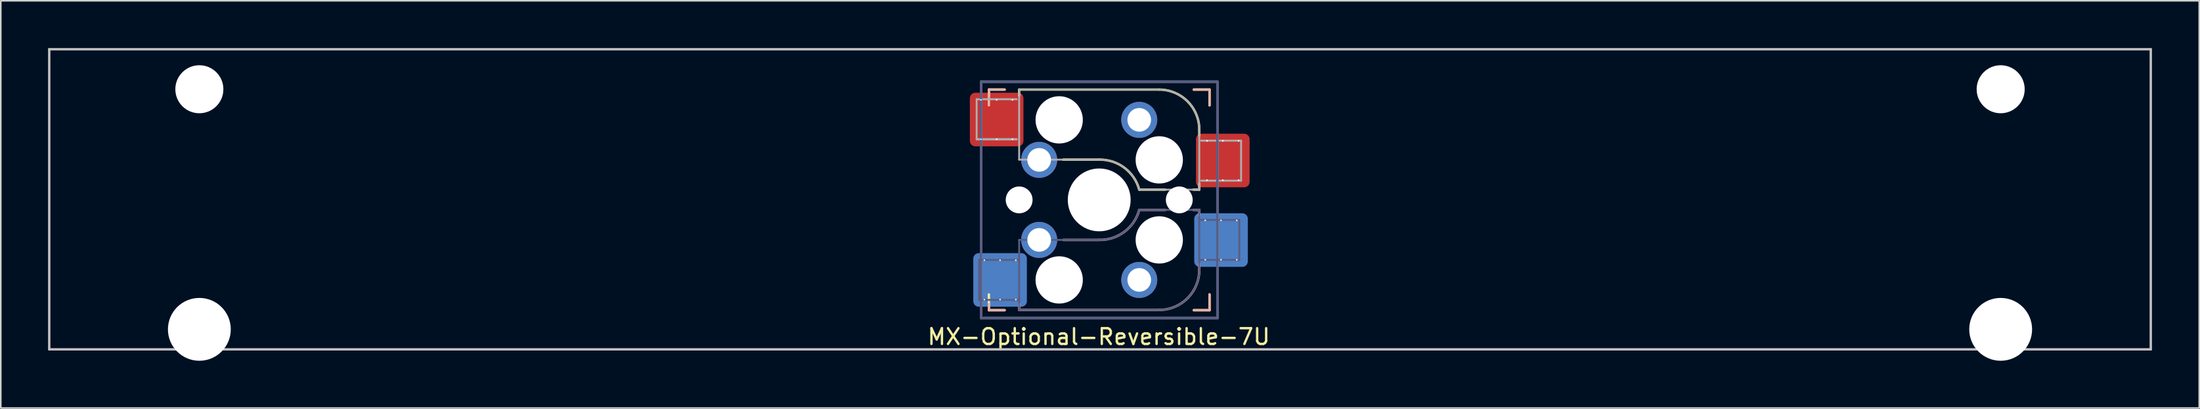
<source format=kicad_pcb>
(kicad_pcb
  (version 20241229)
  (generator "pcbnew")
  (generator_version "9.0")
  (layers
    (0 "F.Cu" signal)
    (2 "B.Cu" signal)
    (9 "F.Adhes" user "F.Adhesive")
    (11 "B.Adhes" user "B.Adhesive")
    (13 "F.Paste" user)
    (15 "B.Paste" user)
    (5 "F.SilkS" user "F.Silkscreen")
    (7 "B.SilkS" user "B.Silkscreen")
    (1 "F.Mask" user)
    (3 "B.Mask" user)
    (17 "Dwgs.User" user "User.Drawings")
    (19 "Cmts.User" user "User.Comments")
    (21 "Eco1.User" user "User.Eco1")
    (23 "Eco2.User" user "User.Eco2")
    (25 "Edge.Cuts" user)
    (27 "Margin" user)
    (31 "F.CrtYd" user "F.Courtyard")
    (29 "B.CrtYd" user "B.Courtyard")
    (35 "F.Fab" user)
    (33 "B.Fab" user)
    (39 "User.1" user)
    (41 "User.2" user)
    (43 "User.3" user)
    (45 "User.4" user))
  (footprint "MX-Optional-Reversible-7U"
    (layer "F.Cu")
    (at 66.75 9.6)
    (property "Reference" "MX-Optional-Reversible-7U" (at -0.077 8.726 180) (layer "F.SilkS") (effects (font (size 1 1) (thickness 0.15))))
    (attr smd)
    (fp_rect (start -8.258 -6.062) (end -4.858 -4.062) (stroke (width 0.1) (type solid)) (fill yes) (layer "F.Mask"))
    (fp_rect (start 6.092 -3.462) (end 9.492 -1.462) (stroke (width 0.1) (type solid)) (fill yes) (layer "F.Mask"))
    (fp_rect (start -8.041 4.118) (end -4.641 6.118) (stroke (width 0.1) (type solid)) (fill yes) (layer "B.Mask"))
    (fp_rect (start 5.979 1.588) (end 9.379 3.588) (stroke (width 0.1) (type solid)) (fill yes) (layer "B.Mask"))
    (fp_line (start -7.051 -6.962) (end -6.051 -6.962) (stroke (width 0.15) (type solid)) (layer "F.SilkS"))
    (fp_line (start -7.051 -6.566) (end -7.051 -6.962) (stroke (width 0.15) (type solid)) (layer "F.SilkS"))
    (fp_line (start -7.051 7.038) (end -7.051 6.038) (stroke (width 0.15) (type solid)) (layer "F.SilkS"))
    (fp_line (start -6.051 7.038) (end -7.051 7.038) (stroke (width 0.15) (type solid)) (layer "F.SilkS"))
    (fp_line (start -5.131 -6.581) (end -5.131 -6.962) (stroke (width 0.15) (type solid)) (layer "F.SilkS"))
    (fp_line (start -2.337 -2.517) (end -0.051 -2.517) (stroke (width 0.15) (type solid)) (layer "F.SilkS"))
    (fp_line (start 2.489 -0.612) (end 4.14 -0.612) (stroke (width 0.15) (type solid)) (layer "F.SilkS"))
    (fp_line (start 3.759 -6.962) (end -5.131 -6.962) (stroke (width 0.15) (type solid)) (layer "F.SilkS"))
    (fp_line (start 5.918 -0.612) (end 6.299 -0.612) (stroke (width 0.15) (type solid)) (layer "F.SilkS"))
    (fp_line (start 5.949 -6.962) (end 6.949 -6.962) (stroke (width 0.15) (type solid)) (layer "F.SilkS"))
    (fp_line (start 6.299 -4.041) (end 6.299 -4.422) (stroke (width 0.15) (type solid)) (layer "F.SilkS"))
    (fp_line (start 6.299 -0.612) (end 6.299 -0.993) (stroke (width 0.15) (type solid)) (layer "F.SilkS"))
    (fp_line (start 6.949 -6.962) (end 6.949 -5.962) (stroke (width 0.15) (type solid)) (layer "F.SilkS"))
    (fp_line (start 6.949 6.038) (end 6.949 7.038) (stroke (width 0.15) (type solid)) (layer "F.SilkS"))
    (fp_line (start 6.949 7.038) (end 5.949 7.038) (stroke (width 0.15) (type solid)) (layer "F.SilkS"))
    (fp_arc (start -0.05085 -2.51696) (mid 1.54712 -2.001754) (end 2.48915 -0.61196) (stroke (width 0.15) (type solid)) (layer "F.SilkS"))
    (fp_arc (start 3.75915 -6.96196) (mid 5.555201 -6.218011) (end 6.29915 -4.42196) (stroke (width 0.15) (type solid)) (layer "F.SilkS"))
    (fp_line (start -7.051 -6.962) (end -6.051 -6.962) (stroke (width 0.15) (type solid)) (layer "B.SilkS"))
    (fp_line (start -7.051 -5.962) (end -7.051 -6.962) (stroke (width 0.15) (type solid)) (layer "B.SilkS"))
    (fp_line (start -7.051 7.038) (end -7.051 6.642) (stroke (width 0.15) (type solid)) (layer "B.SilkS"))
    (fp_line (start -6.051 7.038) (end -7.051 7.038) (stroke (width 0.15) (type solid)) (layer "B.SilkS"))
    (fp_line (start -5.131 7.023) (end -5.131 6.642) (stroke (width 0.15) (type solid)) (layer "B.SilkS"))
    (fp_line (start -5.131 7.023) (end 3.759 7.023) (stroke (width 0.15) (type solid)) (layer "B.SilkS"))
    (fp_line (start -0.051 2.578) (end -2.337 2.578) (stroke (width 0.15) (type solid)) (layer "B.SilkS"))
    (fp_line (start 4.14 0.673) (end 2.489 0.673) (stroke (width 0.15) (type solid)) (layer "B.SilkS"))
    (fp_line (start 5.949 -6.962) (end 6.949 -6.962) (stroke (width 0.15) (type solid)) (layer "B.SilkS"))
    (fp_line (start 6.299 0.673) (end 5.918 0.673) (stroke (width 0.15) (type solid)) (layer "B.SilkS"))
    (fp_line (start 6.299 1.054) (end 6.299 0.673) (stroke (width 0.15) (type solid)) (layer "B.SilkS"))
    (fp_line (start 6.299 4.483) (end 6.299 4.102) (stroke (width 0.15) (type solid)) (layer "B.SilkS"))
    (fp_line (start 6.949 -6.962) (end 6.949 -5.962) (stroke (width 0.15) (type solid)) (layer "B.SilkS"))
    (fp_line (start 6.949 6.038) (end 6.949 7.038) (stroke (width 0.15) (type solid)) (layer "B.SilkS"))
    (fp_line (start 6.949 7.038) (end 5.949 7.038) (stroke (width 0.15) (type solid)) (layer "B.SilkS"))
    (fp_arc (start 2.48915 0.67304) (mid 1.547119 2.062831) (end -0.05085 2.57804) (stroke (width 0.15) (type solid)) (layer "B.SilkS"))
    (fp_arc (start 6.29915 4.48304) (mid 5.555201 6.279091) (end 3.75915 7.02304) (stroke (width 0.15) (type solid)) (layer "B.SilkS"))
    (fp_line (start -66.675 9.525) (end -66.675 -9.525) (stroke (width 0.15) (type solid)) (layer "Dwgs.User"))
    (fp_line (start 66.675 -9.525) (end -66.675 -9.525) (stroke (width 0.15) (type solid)) (layer "Dwgs.User"))
    (fp_line (start 66.675 9.525) (end -66.675 9.525) (stroke (width 0.15) (type solid)) (layer "Dwgs.User"))
    (fp_line (start 66.675 9.525) (end 66.675 -9.525) (stroke (width 0.15) (type solid)) (layer "Dwgs.User"))
    (fp_line (start -6.951 6.938) (end -6.951 -6.862) (stroke (width 0.15) (type solid)) (layer "Eco2.User"))
    (fp_line (start -6.951 6.938) (end 6.849 6.938) (stroke (width 0.15) (type solid)) (layer "Eco2.User"))
    (fp_line (start 6.849 -6.862) (end -6.951 -6.862) (stroke (width 0.15) (type solid)) (layer "Eco2.User"))
    (fp_line (start 6.849 -6.862) (end 6.849 6.938) (stroke (width 0.15) (type solid)) (layer "Eco2.User"))
    (fp_line (start -7.671 3.848) (end -7.671 6.388) (stroke (width 0.12) (type solid)) (layer "B.Fab"))
    (fp_line (start -7.671 6.388) (end -5.131 6.388) (stroke (width 0.12) (type solid)) (layer "B.Fab"))
    (fp_line (start -7.551 -7.462) (end 7.449 -7.462) (stroke (width 0.15) (type solid)) (layer "B.Fab"))
    (fp_line (start -7.551 7.538) (end -7.551 -7.462) (stroke (width 0.15) (type solid)) (layer "B.Fab"))
    (fp_line (start -5.131 2.578) (end -5.131 7.023) (stroke (width 0.12) (type solid)) (layer "B.Fab"))
    (fp_line (start -5.131 3.848) (end -7.671 3.848) (stroke (width 0.12) (type solid)) (layer "B.Fab"))
    (fp_line (start -5.131 7.023) (end 3.759 7.023) (stroke (width 0.12) (type solid)) (layer "B.Fab"))
    (fp_line (start -0.051 2.578) (end -5.131 2.578) (stroke (width 0.12) (type solid)) (layer "B.Fab"))
    (fp_line (start 6.299 0.673) (end 2.489 0.673) (stroke (width 0.12) (type solid)) (layer "B.Fab"))
    (fp_line (start 6.299 3.848) (end 8.839 3.848) (stroke (width 0.12) (type solid)) (layer "B.Fab"))
    (fp_line (start 6.299 4.483) (end 6.299 0.673) (stroke (width 0.12) (type solid)) (layer "B.Fab"))
    (fp_line (start 7.449 -7.462) (end 7.449 7.538) (stroke (width 0.15) (type solid)) (layer "B.Fab"))
    (fp_line (start 7.449 7.538) (end -7.551 7.538) (stroke (width 0.15) (type solid)) (layer "B.Fab"))
    (fp_line (start 8.839 1.308) (end 6.299 1.308) (stroke (width 0.12) (type solid)) (layer "B.Fab"))
    (fp_line (start 8.839 3.848) (end 8.839 1.308) (stroke (width 0.12) (type solid)) (layer "B.Fab"))
    (fp_arc (start 2.48915 0.67304) (mid 1.547119 2.062831) (end -0.05085 2.57804) (stroke (width 0.12) (type solid)) (layer "B.Fab"))
    (fp_arc (start 6.29915 4.48304) (mid 5.555201 6.279091) (end 3.75915 7.02304) (stroke (width 0.12) (type solid)) (layer "B.Fab"))
    (fp_line (start -7.828 -6.352) (end -7.828 -3.812) (stroke (width 0.12) (type solid)) (layer "F.Fab"))
    (fp_line (start -7.828 -3.812) (end -5.288 -3.812) (stroke (width 0.12) (type solid)) (layer "F.Fab"))
    (fp_line (start -7.828 -3.812) (end -5.288 -3.812) (stroke (width 0.12) (type solid)) (layer "F.Fab"))
    (fp_line (start -7.551 -7.462) (end 7.449 -7.462) (stroke (width 0.15) (type solid)) (layer "F.Fab"))
    (fp_line (start -7.551 7.538) (end -7.551 -7.462) (stroke (width 0.15) (type solid)) (layer "F.Fab"))
    (fp_line (start -5.288 -6.352) (end -7.828 -6.352) (stroke (width 0.12) (type solid)) (layer "F.Fab"))
    (fp_line (start -5.131 -6.962) (end -5.131 -2.517) (stroke (width 0.12) (type solid)) (layer "F.Fab"))
    (fp_line (start -5.131 -2.517) (end -0.051 -2.517) (stroke (width 0.12) (type solid)) (layer "F.Fab"))
    (fp_line (start 2.489 -0.612) (end 6.299 -0.612) (stroke (width 0.12) (type solid)) (layer "F.Fab"))
    (fp_line (start 3.759 -6.962) (end -5.131 -6.962) (stroke (width 0.12) (type solid)) (layer "F.Fab"))
    (fp_line (start 6.299 -0.612) (end 6.299 -4.422) (stroke (width 0.12) (type solid)) (layer "F.Fab"))
    (fp_line (start 6.412 -1.182) (end 8.952 -1.182) (stroke (width 0.12) (type solid)) (layer "F.Fab"))
    (fp_line (start 7.449 -7.462) (end 7.449 7.538) (stroke (width 0.15) (type solid)) (layer "F.Fab"))
    (fp_line (start 7.449 7.538) (end -7.551 7.538) (stroke (width 0.15) (type solid)) (layer "F.Fab"))
    (fp_line (start 8.952 -3.722) (end 6.412 -3.722) (stroke (width 0.12) (type solid)) (layer "F.Fab"))
    (fp_line (start 8.952 -1.182) (end 8.952 -3.722) (stroke (width 0.12) (type solid)) (layer "F.Fab"))
    (fp_arc (start -0.05085 -2.51696) (mid 1.547122 -2.001755) (end 2.48915 -0.61196) (stroke (width 0.12) (type solid)) (layer "F.Fab"))
    (fp_arc (start 3.75915 -6.96196) (mid 5.555201 -6.218011) (end 6.29915 -4.42196) (stroke (width 0.12) (type solid)) (layer "F.Fab"))
    (pad "" np_thru_hole circle (at -57.15 -6.985) (size 3.048 3.048) (drill 3.048) (layers "*.Cu" "*.Mask"))
    (pad "" np_thru_hole circle (at -57.15 8.255) (size 3.988 3.988) (drill 3.988) (layers "*.Cu" "*.Mask"))
    (pad "" np_thru_hole circle (at -5.131 0.038) (size 1.702 1.702) (drill 1.702) (layers "*.Cu" "*.Mask"))
    (pad "" np_thru_hole circle (at -2.591 -5.042) (size 3 3) (drill 3) (layers "*.Cu" "*.Mask"))
    (pad "" np_thru_hole circle (at -2.591 5.118) (size 3 3) (drill 3) (layers "*.Cu" "*.Mask"))
    (pad "" np_thru_hole circle (at -0.051 0.038) (size 3.988 3.988) (drill 3.988) (layers "*.Cu" "*.Mask"))
    (pad "" np_thru_hole circle (at 3.759 -2.502) (size 3 3) (drill 3) (layers "*.Cu" "*.Mask"))
    (pad "" np_thru_hole circle (at 3.759 2.578) (size 3 3) (drill 3) (layers "*.Cu" "*.Mask"))
    (pad "" np_thru_hole circle (at 5.029 0.038) (size 1.702 1.702) (drill 1.702) (layers "*.Cu" "*.Mask"))
    (pad "" np_thru_hole circle (at 57.15 -6.985) (size 3.048 3.048) (drill 3.048) (layers "*.Cu" "*.Mask"))
    (pad "" np_thru_hole circle (at 57.15 8.255) (size 3.988 3.988) (drill 3.988) (layers "*.Cu" "*.Mask"))
    (pad "1" thru_hole circle (at -7.558 -6.312 270) (size 0.1 0.1) (drill 0.3) (layers "*.Cu" "*.Mask"))
    (pad "1" thru_hole circle (at -7.558 -3.812 270) (size 0.1 0.1) (drill 0.3) (layers "*.Cu" "*.Mask"))
    (pad "1" thru_hole circle (at -7.341 3.868 270) (size 0.1 0.1) (drill 0.3) (layers "*.Cu" "*.Mask"))
    (pad "1" thru_hole circle (at -7.341 6.368 270) (size 0.1 0.1) (drill 0.3) (layers "*.Cu" "*.Mask"))
    (pad "1" thru_hole circle (at -6.558 -6.312 270) (size 0.1 0.1) (drill 0.3) (layers "*.Cu"))
    (pad "1" smd roundrect (at -6.558 -5.062 180) (size 3.4 3.4) (property pad_prop_bga) (layers "F.Cu" "F.Paste") (roundrect_rratio 0.1))
    (pad "1" thru_hole circle (at -6.558 -3.812 270) (size 0.1 0.1) (drill 0.3) (layers "*.Cu" "*.Mask"))
    (pad "1" thru_hole circle (at -6.341 3.868 270) (size 0.1 0.1) (drill 0.3) (layers "*.Cu"))
    (pad "1" smd roundrect (at -6.341 5.118) (size 3.4 3.4) (property pad_prop_bga) (layers "B.Cu" "B.Paste") (roundrect_rratio 0.1))
    (pad "1" thru_hole circle (at -6.341 6.368 270) (size 0.1 0.1) (drill 0.3) (layers "*.Cu" "*.Mask"))
    (pad "1" thru_hole circle (at -5.558 -6.312 270) (size 0.1 0.1) (drill 0.3) (layers "*.Cu"))
    (pad "1" thru_hole circle (at -5.558 -3.812 270) (size 0.1 0.1) (drill 0.3) (layers "*.Cu" "*.Mask"))
    (pad "1" thru_hole circle (at -5.341 3.868 270) (size 0.1 0.1) (drill 0.3) (layers "*.Cu"))
    (pad "1" thru_hole circle (at -5.341 6.368 270) (size 0.1 0.1) (drill 0.3) (layers "*.Cu" "*.Mask"))
    (pad "1" thru_hole circle (at -3.861 -2.502) (size 2.286 2.286) (drill 1.499) (layers "*.Cu" "*.Mask"))
    (pad "1" thru_hole circle (at -3.861 2.578) (size 2.286 2.286) (drill 1.499) (layers "*.Cu" "*.Mask"))
    (pad "2" thru_hole circle (at 2.489 -5.042) (size 2.286 2.286) (drill 1.499) (layers "*.Cu" "*.Mask"))
    (pad "2" thru_hole circle (at 2.489 5.118) (size 2.286 2.286) (drill 1.499) (layers "*.Cu" "*.Mask"))
    (pad "2" thru_hole circle (at 6.679 1.338 270) (size 0.1 0.1) (drill 0.3) (layers "*.Cu" "*.Mask"))
    (pad "2" thru_hole circle (at 6.679 3.838 270) (size 0.1 0.1) (drill 0.3) (layers "*.Cu" "*.Mask"))
    (pad "2" thru_hole circle (at 6.792 -3.712 270) (size 0.1 0.1) (drill 0.3) (layers "*.Cu" "*.Mask"))
    (pad "2" thru_hole circle (at 6.792 -1.212 270) (size 0.1 0.1) (drill 0.3) (layers "*.Cu" "*.Mask"))
    (pad "2" thru_hole circle (at 7.679 1.338 270) (size 0.1 0.1) (drill 0.3) (layers "*.Cu" "*.Mask"))
    (pad "2" smd roundrect (at 7.679 2.588) (size 3.4 3.4) (property pad_prop_bga) (layers "B.Cu" "B.Paste") (roundrect_rratio 0.1))
    (pad "2" thru_hole circle (at 7.679 3.838 270) (size 0.1 0.1) (drill 0.3) (layers "*.Cu"))
    (pad "2" thru_hole circle (at 7.792 -3.712 270) (size 0.1 0.1) (drill 0.3) (layers "*.Cu"))
    (pad "2" smd roundrect (at 7.792 -2.462 180) (size 3.4 3.4) (property pad_prop_bga) (layers "F.Cu" "F.Paste") (roundrect_rratio 0.1))
    (pad "2" thru_hole circle (at 7.792 -1.212 270) (size 0.1 0.1) (drill 0.3) (layers "*.Cu" "*.Mask"))
    (pad "2" thru_hole circle (at 8.679 1.338 270) (size 0.1 0.1) (drill 0.3) (layers "*.Cu" "*.Mask"))
    (pad "2" thru_hole circle (at 8.679 3.838 270) (size 0.1 0.1) (drill 0.3) (layers "*.Cu"))
    (pad "2" thru_hole circle (at 8.792 -3.712 270) (size 0.1 0.1) (drill 0.3) (layers "*.Cu"))
    (pad "2" thru_hole circle (at 8.792 -1.212 270) (size 0.1 0.1) (drill 0.3) (layers "*.Cu" "*.Mask")))
  (gr_rect
    (start -3 -3)
    (end 136.5 22.849)
    (stroke (width 0.1) (type default))
    (fill no)
    (layer "Edge.Cuts")))
</source>
